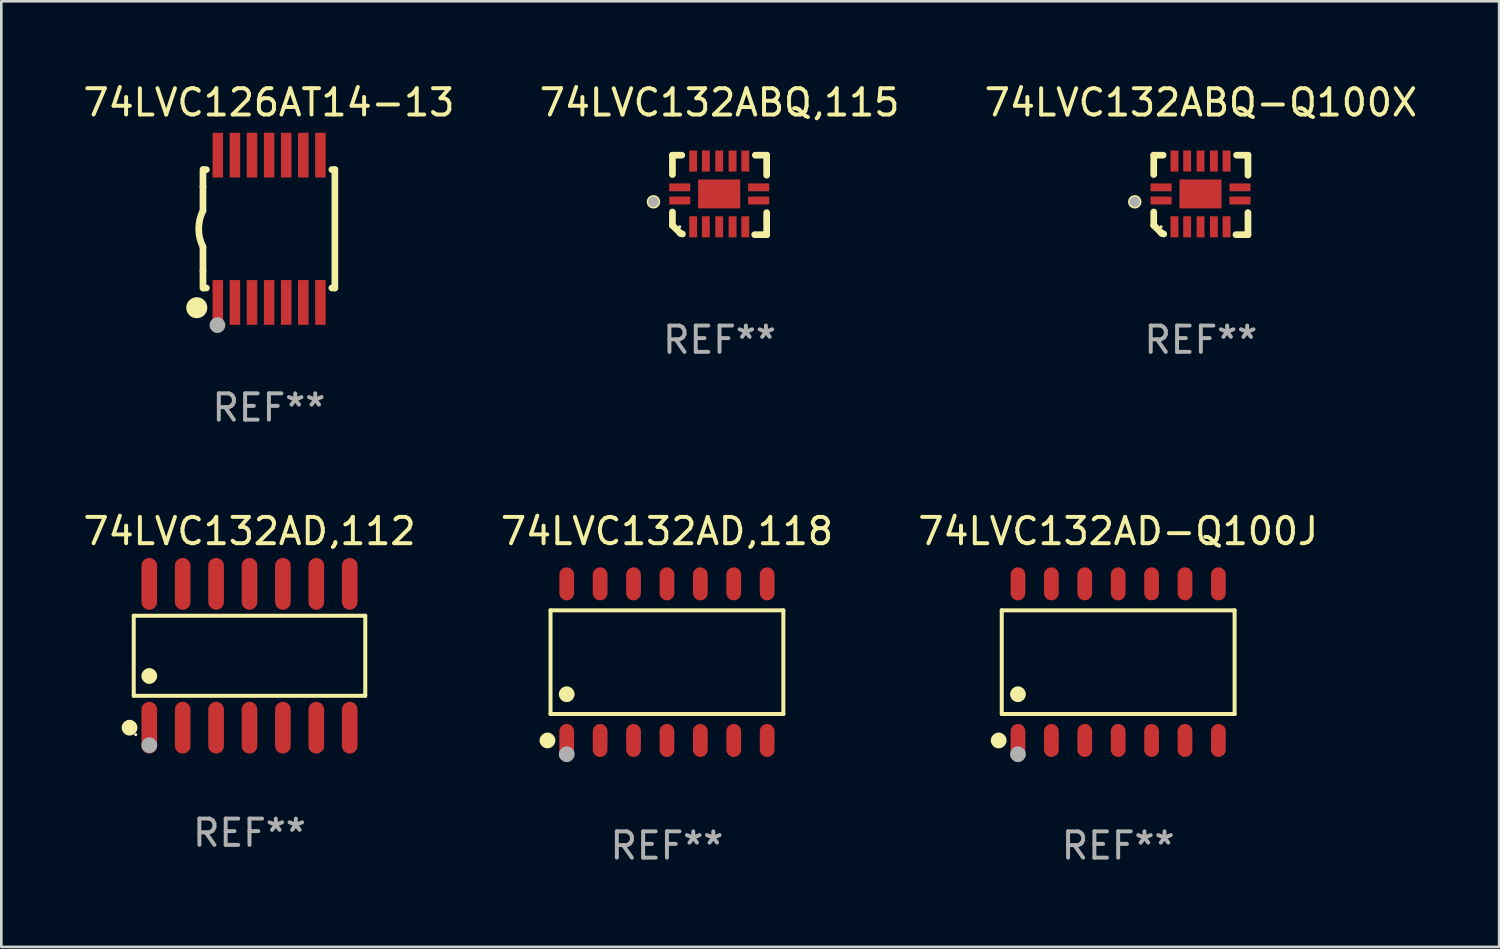
<source format=kicad_pcb>
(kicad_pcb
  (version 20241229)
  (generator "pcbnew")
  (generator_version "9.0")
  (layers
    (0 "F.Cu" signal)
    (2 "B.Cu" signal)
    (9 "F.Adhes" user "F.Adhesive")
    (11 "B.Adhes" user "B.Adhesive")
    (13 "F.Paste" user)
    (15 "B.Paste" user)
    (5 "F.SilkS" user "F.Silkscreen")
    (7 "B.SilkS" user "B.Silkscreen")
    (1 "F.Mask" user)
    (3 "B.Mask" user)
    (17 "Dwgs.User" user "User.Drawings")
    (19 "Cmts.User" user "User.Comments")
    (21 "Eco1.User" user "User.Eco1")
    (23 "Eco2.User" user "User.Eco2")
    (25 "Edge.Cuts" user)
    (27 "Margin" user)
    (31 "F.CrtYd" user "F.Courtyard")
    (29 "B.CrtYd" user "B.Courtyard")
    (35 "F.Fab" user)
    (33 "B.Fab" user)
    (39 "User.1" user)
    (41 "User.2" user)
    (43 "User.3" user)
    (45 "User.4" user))
  (footprint "74LVC126AT14-13"
    (layer "F.Cu")
    (at 7.173 5.648)
    (property "Reference" "74LVC126AT14-13" (at 0 -4.8 0) (layer "F.SilkS") (effects (font (size 1 1) (thickness 0.15))))
    (attr through_hole)
    (fp_line (start -2.507 -1.6) (end -2.507 -2.25) (stroke (width 0.254) (type solid)) (layer "F.SilkS"))
    (fp_line (start -2.507 -0.686) (end -2.507 -1.6) (stroke (width 0.254) (type solid)) (layer "F.SilkS"))
    (fp_line (start -2.507 1.6) (end -2.507 0.686) (stroke (width 0.254) (type solid)) (layer "F.SilkS"))
    (fp_line (start -2.507 1.6) (end -2.507 2.25) (stroke (width 0.254) (type solid)) (layer "F.SilkS"))
    (fp_line (start -2.493 -2.25) (end -2.377 -2.25) (stroke (width 0.254) (type solid)) (layer "F.SilkS"))
    (fp_line (start -2.377 2.25) (end -2.493 2.25) (stroke (width 0.254) (type solid)) (layer "F.SilkS"))
    (fp_line (start 2.392 -2.25) (end 2.507 -2.25) (stroke (width 0.254) (type solid)) (layer "F.SilkS"))
    (fp_line (start 2.507 -2.25) (end 2.507 2.25) (stroke (width 0.254) (type solid)) (layer "F.SilkS"))
    (fp_line (start 2.507 2.25) (end 2.392 2.25) (stroke (width 0.254) (type solid)) (layer "F.SilkS"))
    (fp_arc (start -2.507303 0.685802) (mid -2.669199 0) (end -2.507303 -0.685801) (stroke (width 0.254001) (type solid)) (layer "F.SilkS"))
    (fp_circle (center -2.743 3) (end -2.543 3) (stroke (width 0.4) (type solid)) (fill no) (layer "F.SilkS"))
    (fp_circle (center -2.493 3.2) (end -2.463 3.2) (stroke (width 0.06) (type solid)) (fill no) (layer "F.SilkS"))
    (fp_circle (center -1.957 3.662) (end -1.807 3.662) (stroke (width 0.3) (type solid)) (fill no) (layer "F.Fab"))
    (fp_text user "REF**" (at 0 6.8 0) (layer "F.Fab") (effects (font (size 1 1) (thickness 0.15))))
    (pad "1" smd rect (at -1.943 2.8) (size 0.4 1.7) (layers "F.Cu" "F.Mask" "F.Paste"))
    (pad "2" smd rect (at -1.293 2.8) (size 0.4 1.7) (layers "F.Cu" "F.Mask" "F.Paste"))
    (pad "3" smd rect (at -0.643 2.8) (size 0.4 1.7) (layers "F.Cu" "F.Mask" "F.Paste"))
    (pad "4" smd rect (at 0.007 2.8) (size 0.4 1.7) (layers "F.Cu" "F.Mask" "F.Paste"))
    (pad "5" smd rect (at 0.657 2.8) (size 0.4 1.7) (layers "F.Cu" "F.Mask" "F.Paste"))
    (pad "6" smd rect (at 1.307 2.8) (size 0.4 1.7) (layers "F.Cu" "F.Mask" "F.Paste"))
    (pad "7" smd rect (at 1.957 2.8) (size 0.4 1.7) (layers "F.Cu" "F.Mask" "F.Paste"))
    (pad "8" smd rect (at 1.957 -2.8) (size 0.4 1.7) (layers "F.Cu" "F.Mask" "F.Paste"))
    (pad "9" smd rect (at 1.307 -2.8) (size 0.4 1.7) (layers "F.Cu" "F.Mask" "F.Paste"))
    (pad "10" smd rect (at 0.657 -2.8) (size 0.4 1.7) (layers "F.Cu" "F.Mask" "F.Paste"))
    (pad "11" smd rect (at 0.007 -2.8) (size 0.4 1.7) (layers "F.Cu" "F.Mask" "F.Paste"))
    (pad "12" smd rect (at -0.643 -2.8) (size 0.4 1.7) (layers "F.Cu" "F.Mask" "F.Paste"))
    (pad "13" smd rect (at -1.293 -2.8) (size 0.4 1.7) (layers "F.Cu" "F.Mask" "F.Paste"))
    (pad "14" smd rect (at -1.943 -2.8) (size 0.4 1.7) (layers "F.Cu" "F.Mask" "F.Paste")))
  (footprint "74LVC132ABQ-Q100X"
    (layer "F.Cu")
    (at 42.601 4.36)
    (property "Reference" "74LVC132ABQ-Q100X" (at 0 -3.511 0) (layer "F.SilkS") (effects (font (size 1 1) (thickness 0.15))))
    (attr through_hole)
    (fp_line (start -1.791 -1.511) (end -1.435 -1.511) (stroke (width 0.254) (type solid)) (layer "F.SilkS"))
    (fp_line (start -1.791 -0.775) (end -1.791 -1.511) (stroke (width 0.254) (type solid)) (layer "F.SilkS"))
    (fp_line (start -1.791 1.156) (end -1.791 0.648) (stroke (width 0.254) (type solid)) (layer "F.SilkS"))
    (fp_line (start -1.486 1.461) (end -1.791 1.156) (stroke (width 0.254) (type solid)) (layer "F.SilkS"))
    (fp_line (start -1.41 1.486) (end -1.486 1.461) (stroke (width 0.254) (type solid)) (layer "F.SilkS"))
    (fp_line (start 1.334 1.511) (end 1.791 1.511) (stroke (width 0.254) (type solid)) (layer "F.SilkS"))
    (fp_line (start 1.791 -1.511) (end 1.359 -1.511) (stroke (width 0.254) (type solid)) (layer "F.SilkS"))
    (fp_line (start 1.791 -0.749) (end 1.791 -1.511) (stroke (width 0.254) (type solid)) (layer "F.SilkS"))
    (fp_line (start 1.791 1.511) (end 1.791 0.673) (stroke (width 0.254) (type solid)) (layer "F.SilkS"))
    (fp_circle (center -2.513 0.262) (end -2.383 0.262) (stroke (width 0.254) (type solid)) (fill no) (layer "F.SilkS"))
    (fp_circle (center -1.513 1.212) (end -1.483 1.212) (stroke (width 0.06) (type solid)) (fill no) (layer "F.SilkS"))
    (fp_circle (center -2.513 0.262) (end -2.413 0.262) (stroke (width 0.2) (type solid)) (fill no) (layer "F.Fab"))
    (fp_text user "REF**" (at 0 5.511 0) (layer "F.Fab") (effects (font (size 1 1) (thickness 0.15))))
    (pad "1" smd rect (at -1.513 0.212) (size 0.8 0.3) (layers "F.Cu" "F.Mask" "F.Paste"))
    (pad "2" smd rect (at -1.003 1.212) (size 0.3 0.8) (layers "F.Cu" "F.Mask" "F.Paste"))
    (pad "3" smd rect (at -0.521 1.212) (size 0.3 0.8) (layers "F.Cu" "F.Mask" "F.Paste"))
    (pad "4" smd rect (at -0.013 1.212) (size 0.3 0.8) (layers "F.Cu" "F.Mask" "F.Paste"))
    (pad "5" smd rect (at 0.495 1.212) (size 0.3 0.8) (layers "F.Cu" "F.Mask" "F.Paste"))
    (pad "6" smd rect (at 0.978 1.212) (size 0.3 0.8) (layers "F.Cu" "F.Mask" "F.Paste"))
    (pad "7" smd rect (at 1.487 0.212) (size 0.8 0.3) (layers "F.Cu" "F.Mask" "F.Paste"))
    (pad "8" smd rect (at 1.487 -0.288) (size 0.8 0.3) (layers "F.Cu" "F.Mask" "F.Paste"))
    (pad "9" smd rect (at 0.978 -1.288) (size 0.3 0.8) (layers "F.Cu" "F.Mask" "F.Paste"))
    (pad "10" smd rect (at 0.495 -1.288) (size 0.3 0.8) (layers "F.Cu" "F.Mask" "F.Paste"))
    (pad "11" smd rect (at -0.013 -1.288) (size 0.3 0.8) (layers "F.Cu" "F.Mask" "F.Paste"))
    (pad "12" smd rect (at -0.521 -1.288) (size 0.3 0.8) (layers "F.Cu" "F.Mask" "F.Paste"))
    (pad "13" smd rect (at -1.003 -1.288) (size 0.3 0.8) (layers "F.Cu" "F.Mask" "F.Paste"))
    (pad "14" smd rect (at -1.513 -0.288) (size 0.8 0.3) (layers "F.Cu" "F.Mask" "F.Paste"))
    (pad "15" smd rect (at -0.013 -0.038 90) (size 1.1 1.6) (layers "F.Cu" "F.Mask" "F.Paste")))
  (footprint "74LVC132AD,118"
    (layer "F.Cu")
    (at 22.304 22.122)
    (property "Reference" "74LVC132AD,118" (at 0 -4.977 0) (layer "F.SilkS") (effects (font (size 1 1) (thickness 0.15))))
    (attr through_hole)
    (fp_line (start -4.426 -1.971) (end 4.426 -1.971) (stroke (width 0.152) (type solid)) (layer "F.SilkS"))
    (fp_line (start -4.426 1.971) (end -4.426 -1.971) (stroke (width 0.152) (type solid)) (layer "F.SilkS"))
    (fp_line (start 4.426 -1.971) (end 4.426 1.971) (stroke (width 0.152) (type solid)) (layer "F.SilkS"))
    (fp_line (start 4.426 1.971) (end -4.426 1.971) (stroke (width 0.152) (type solid)) (layer "F.SilkS"))
    (fp_circle (center -4.542 2.977) (end -4.392 2.977) (stroke (width 0.3) (type solid)) (fill no) (layer "F.SilkS"))
    (fp_circle (center -4.35 3.1) (end -4.32 3.1) (stroke (width 0.06) (type solid)) (fill no) (layer "F.SilkS"))
    (fp_circle (center -3.81 1.219) (end -3.66 1.219) (stroke (width 0.3) (type solid)) (fill no) (layer "F.SilkS"))
    (fp_circle (center -3.81 3.5) (end -3.66 3.5) (stroke (width 0.3) (type solid)) (fill no) (layer "F.Fab"))
    (fp_text user "REF**" (at 0 6.977 0) (layer "F.Fab") (effects (font (size 1 1) (thickness 0.15))))
    (pad "1" smd oval (at -3.81 2.977) (size 0.56 1.255) (layers "F.Cu" "F.Mask" "F.Paste"))
    (pad "2" smd oval (at -2.54 2.977) (size 0.56 1.255) (layers "F.Cu" "F.Mask" "F.Paste"))
    (pad "3" smd oval (at -1.27 2.977) (size 0.56 1.255) (layers "F.Cu" "F.Mask" "F.Paste"))
    (pad "4" smd oval (at 0 2.977) (size 0.56 1.255) (layers "F.Cu" "F.Mask" "F.Paste"))
    (pad "5" smd oval (at 1.27 2.977) (size 0.56 1.255) (layers "F.Cu" "F.Mask" "F.Paste"))
    (pad "6" smd oval (at 2.54 2.977) (size 0.56 1.255) (layers "F.Cu" "F.Mask" "F.Paste"))
    (pad "7" smd oval (at 3.81 2.977) (size 0.56 1.255) (layers "F.Cu" "F.Mask" "F.Paste"))
    (pad "8" smd oval (at 3.81 -2.977) (size 0.56 1.255) (layers "F.Cu" "F.Mask" "F.Paste"))
    (pad "9" smd oval (at 2.54 -2.977) (size 0.56 1.255) (layers "F.Cu" "F.Mask" "F.Paste"))
    (pad "10" smd oval (at 1.27 -2.977) (size 0.56 1.255) (layers "F.Cu" "F.Mask" "F.Paste"))
    (pad "11" smd oval (at 0 -2.977) (size 0.56 1.255) (layers "F.Cu" "F.Mask" "F.Paste"))
    (pad "12" smd oval (at -1.27 -2.977) (size 0.56 1.255) (layers "F.Cu" "F.Mask" "F.Paste"))
    (pad "13" smd oval (at -2.54 -2.977) (size 0.56 1.255) (layers "F.Cu" "F.Mask" "F.Paste"))
    (pad "14" smd oval (at -3.81 -2.977) (size 0.56 1.255) (layers "F.Cu" "F.Mask" "F.Paste")))
  (footprint "74LVC132AD,112"
    (layer "F.Cu")
    (at 6.435 21.879)
    (property "Reference" "74LVC132AD,112" (at 0 -4.734 0) (layer "F.SilkS") (effects (font (size 1 1) (thickness 0.15))))
    (attr through_hole)
    (fp_line (start -4.401 -1.521) (end 4.401 -1.521) (stroke (width 0.152) (type solid)) (layer "F.SilkS"))
    (fp_line (start -4.401 1.521) (end -4.401 -1.521) (stroke (width 0.152) (type solid)) (layer "F.SilkS"))
    (fp_line (start 4.401 -1.521) (end 4.401 1.521) (stroke (width 0.152) (type solid)) (layer "F.SilkS"))
    (fp_line (start 4.401 1.521) (end -4.401 1.521) (stroke (width 0.152) (type solid)) (layer "F.SilkS"))
    (fp_circle (center -4.56 2.734) (end -4.41 2.734) (stroke (width 0.3) (type solid)) (fill no) (layer "F.SilkS"))
    (fp_circle (center -4.325 3) (end -4.295 3) (stroke (width 0.06) (type solid)) (fill no) (layer "F.SilkS"))
    (fp_circle (center -3.81 0.769) (end -3.66 0.769) (stroke (width 0.3) (type solid)) (fill no) (layer "F.SilkS"))
    (fp_circle (center -3.81 3.4) (end -3.66 3.4) (stroke (width 0.3) (type solid)) (fill no) (layer "F.Fab"))
    (fp_text user "REF**" (at 0 6.734 0) (layer "F.Fab") (effects (font (size 1 1) (thickness 0.15))))
    (pad "1" smd oval (at -3.81 2.734) (size 0.595 1.968) (layers "F.Cu" "F.Mask" "F.Paste"))
    (pad "2" smd oval (at -2.54 2.734) (size 0.595 1.968) (layers "F.Cu" "F.Mask" "F.Paste"))
    (pad "3" smd oval (at -1.27 2.734) (size 0.595 1.968) (layers "F.Cu" "F.Mask" "F.Paste"))
    (pad "4" smd oval (at 0 2.734) (size 0.595 1.968) (layers "F.Cu" "F.Mask" "F.Paste"))
    (pad "5" smd oval (at 1.27 2.734) (size 0.595 1.968) (layers "F.Cu" "F.Mask" "F.Paste"))
    (pad "6" smd oval (at 2.54 2.734) (size 0.595 1.968) (layers "F.Cu" "F.Mask" "F.Paste"))
    (pad "7" smd oval (at 3.81 2.734) (size 0.595 1.968) (layers "F.Cu" "F.Mask" "F.Paste"))
    (pad "8" smd oval (at 3.81 -2.734) (size 0.595 1.968) (layers "F.Cu" "F.Mask" "F.Paste"))
    (pad "9" smd oval (at 2.54 -2.734) (size 0.595 1.968) (layers "F.Cu" "F.Mask" "F.Paste"))
    (pad "10" smd oval (at 1.27 -2.734) (size 0.595 1.968) (layers "F.Cu" "F.Mask" "F.Paste"))
    (pad "11" smd oval (at 0 -2.734) (size 0.595 1.968) (layers "F.Cu" "F.Mask" "F.Paste"))
    (pad "12" smd oval (at -1.27 -2.734) (size 0.595 1.968) (layers "F.Cu" "F.Mask" "F.Paste"))
    (pad "13" smd oval (at -2.54 -2.734) (size 0.595 1.968) (layers "F.Cu" "F.Mask" "F.Paste"))
    (pad "14" smd oval (at -3.81 -2.734) (size 0.595 1.968) (layers "F.Cu" "F.Mask" "F.Paste")))
  (footprint "74LVC132AD-Q100J"
    (layer "F.Cu")
    (at 39.458 22.122)
    (property "Reference" "74LVC132AD-Q100J" (at 0 -4.977 0) (layer "F.SilkS") (effects (font (size 1 1) (thickness 0.15))))
    (attr through_hole)
    (fp_line (start -4.426 -1.971) (end 4.426 -1.971) (stroke (width 0.152) (type solid)) (layer "F.SilkS"))
    (fp_line (start -4.426 1.971) (end -4.426 -1.971) (stroke (width 0.152) (type solid)) (layer "F.SilkS"))
    (fp_line (start 4.426 -1.971) (end 4.426 1.971) (stroke (width 0.152) (type solid)) (layer "F.SilkS"))
    (fp_line (start 4.426 1.971) (end -4.426 1.971) (stroke (width 0.152) (type solid)) (layer "F.SilkS"))
    (fp_circle (center -4.542 2.977) (end -4.392 2.977) (stroke (width 0.3) (type solid)) (fill no) (layer "F.SilkS"))
    (fp_circle (center -4.35 3.1) (end -4.32 3.1) (stroke (width 0.06) (type solid)) (fill no) (layer "F.SilkS"))
    (fp_circle (center -3.81 1.219) (end -3.66 1.219) (stroke (width 0.3) (type solid)) (fill no) (layer "F.SilkS"))
    (fp_circle (center -3.81 3.5) (end -3.66 3.5) (stroke (width 0.3) (type solid)) (fill no) (layer "F.Fab"))
    (fp_text user "REF**" (at 0 6.977 0) (layer "F.Fab") (effects (font (size 1 1) (thickness 0.15))))
    (pad "1" smd oval (at -3.81 2.977) (size 0.56 1.255) (layers "F.Cu" "F.Mask" "F.Paste"))
    (pad "2" smd oval (at -2.54 2.977) (size 0.56 1.255) (layers "F.Cu" "F.Mask" "F.Paste"))
    (pad "3" smd oval (at -1.27 2.977) (size 0.56 1.255) (layers "F.Cu" "F.Mask" "F.Paste"))
    (pad "4" smd oval (at 0 2.977) (size 0.56 1.255) (layers "F.Cu" "F.Mask" "F.Paste"))
    (pad "5" smd oval (at 1.27 2.977) (size 0.56 1.255) (layers "F.Cu" "F.Mask" "F.Paste"))
    (pad "6" smd oval (at 2.54 2.977) (size 0.56 1.255) (layers "F.Cu" "F.Mask" "F.Paste"))
    (pad "7" smd oval (at 3.81 2.977) (size 0.56 1.255) (layers "F.Cu" "F.Mask" "F.Paste"))
    (pad "8" smd oval (at 3.81 -2.977) (size 0.56 1.255) (layers "F.Cu" "F.Mask" "F.Paste"))
    (pad "9" smd oval (at 2.54 -2.977) (size 0.56 1.255) (layers "F.Cu" "F.Mask" "F.Paste"))
    (pad "10" smd oval (at 1.27 -2.977) (size 0.56 1.255) (layers "F.Cu" "F.Mask" "F.Paste"))
    (pad "11" smd oval (at 0 -2.977) (size 0.56 1.255) (layers "F.Cu" "F.Mask" "F.Paste"))
    (pad "12" smd oval (at -1.27 -2.977) (size 0.56 1.255) (layers "F.Cu" "F.Mask" "F.Paste"))
    (pad "13" smd oval (at -2.54 -2.977) (size 0.56 1.255) (layers "F.Cu" "F.Mask" "F.Paste"))
    (pad "14" smd oval (at -3.81 -2.977) (size 0.56 1.255) (layers "F.Cu" "F.Mask" "F.Paste")))
  (footprint "74LVC132ABQ,115"
    (layer "F.Cu")
    (at 24.304 4.36)
    (property "Reference" "74LVC132ABQ,115" (at 0 -3.511 0) (layer "F.SilkS") (effects (font (size 1 1) (thickness 0.15))))
    (attr through_hole)
    (fp_line (start -1.791 -1.511) (end -1.435 -1.511) (stroke (width 0.254) (type solid)) (layer "F.SilkS"))
    (fp_line (start -1.791 -0.775) (end -1.791 -1.511) (stroke (width 0.254) (type solid)) (layer "F.SilkS"))
    (fp_line (start -1.791 1.156) (end -1.791 0.648) (stroke (width 0.254) (type solid)) (layer "F.SilkS"))
    (fp_line (start -1.486 1.461) (end -1.791 1.156) (stroke (width 0.254) (type solid)) (layer "F.SilkS"))
    (fp_line (start -1.41 1.486) (end -1.486 1.461) (stroke (width 0.254) (type solid)) (layer "F.SilkS"))
    (fp_line (start 1.334 1.511) (end 1.791 1.511) (stroke (width 0.254) (type solid)) (layer "F.SilkS"))
    (fp_line (start 1.791 -1.511) (end 1.359 -1.511) (stroke (width 0.254) (type solid)) (layer "F.SilkS"))
    (fp_line (start 1.791 -0.749) (end 1.791 -1.511) (stroke (width 0.254) (type solid)) (layer "F.SilkS"))
    (fp_line (start 1.791 1.511) (end 1.791 0.673) (stroke (width 0.254) (type solid)) (layer "F.SilkS"))
    (fp_circle (center -2.513 0.262) (end -2.383 0.262) (stroke (width 0.254) (type solid)) (fill no) (layer "F.SilkS"))
    (fp_circle (center -1.513 1.212) (end -1.483 1.212) (stroke (width 0.06) (type solid)) (fill no) (layer "F.SilkS"))
    (fp_circle (center -2.513 0.262) (end -2.413 0.262) (stroke (width 0.2) (type solid)) (fill no) (layer "F.Fab"))
    (fp_text user "REF**" (at 0 5.511 0) (layer "F.Fab") (effects (font (size 1 1) (thickness 0.15))))
    (pad "1" smd rect (at -1.513 0.212) (size 0.8 0.3) (layers "F.Cu" "F.Mask" "F.Paste"))
    (pad "2" smd rect (at -1.003 1.212) (size 0.3 0.8) (layers "F.Cu" "F.Mask" "F.Paste"))
    (pad "3" smd rect (at -0.521 1.212) (size 0.3 0.8) (layers "F.Cu" "F.Mask" "F.Paste"))
    (pad "4" smd rect (at -0.013 1.212) (size 0.3 0.8) (layers "F.Cu" "F.Mask" "F.Paste"))
    (pad "5" smd rect (at 0.495 1.212) (size 0.3 0.8) (layers "F.Cu" "F.Mask" "F.Paste"))
    (pad "6" smd rect (at 0.978 1.212) (size 0.3 0.8) (layers "F.Cu" "F.Mask" "F.Paste"))
    (pad "7" smd rect (at 1.487 0.212) (size 0.8 0.3) (layers "F.Cu" "F.Mask" "F.Paste"))
    (pad "8" smd rect (at 1.487 -0.288) (size 0.8 0.3) (layers "F.Cu" "F.Mask" "F.Paste"))
    (pad "9" smd rect (at 0.978 -1.288) (size 0.3 0.8) (layers "F.Cu" "F.Mask" "F.Paste"))
    (pad "10" smd rect (at 0.495 -1.288) (size 0.3 0.8) (layers "F.Cu" "F.Mask" "F.Paste"))
    (pad "11" smd rect (at -0.013 -1.288) (size 0.3 0.8) (layers "F.Cu" "F.Mask" "F.Paste"))
    (pad "12" smd rect (at -0.521 -1.288) (size 0.3 0.8) (layers "F.Cu" "F.Mask" "F.Paste"))
    (pad "13" smd rect (at -1.003 -1.288) (size 0.3 0.8) (layers "F.Cu" "F.Mask" "F.Paste"))
    (pad "14" smd rect (at -1.513 -0.288) (size 0.8 0.3) (layers "F.Cu" "F.Mask" "F.Paste"))
    (pad "15" smd rect (at -0.013 -0.038 90) (size 1.1 1.6) (layers "F.Cu" "F.Mask" "F.Paste")))
  (gr_rect
    (start -3 -3)
    (end 53.94 32.948)
    (stroke (width 0.1) (type default))
    (fill no)
    (layer "Edge.Cuts")))
</source>
